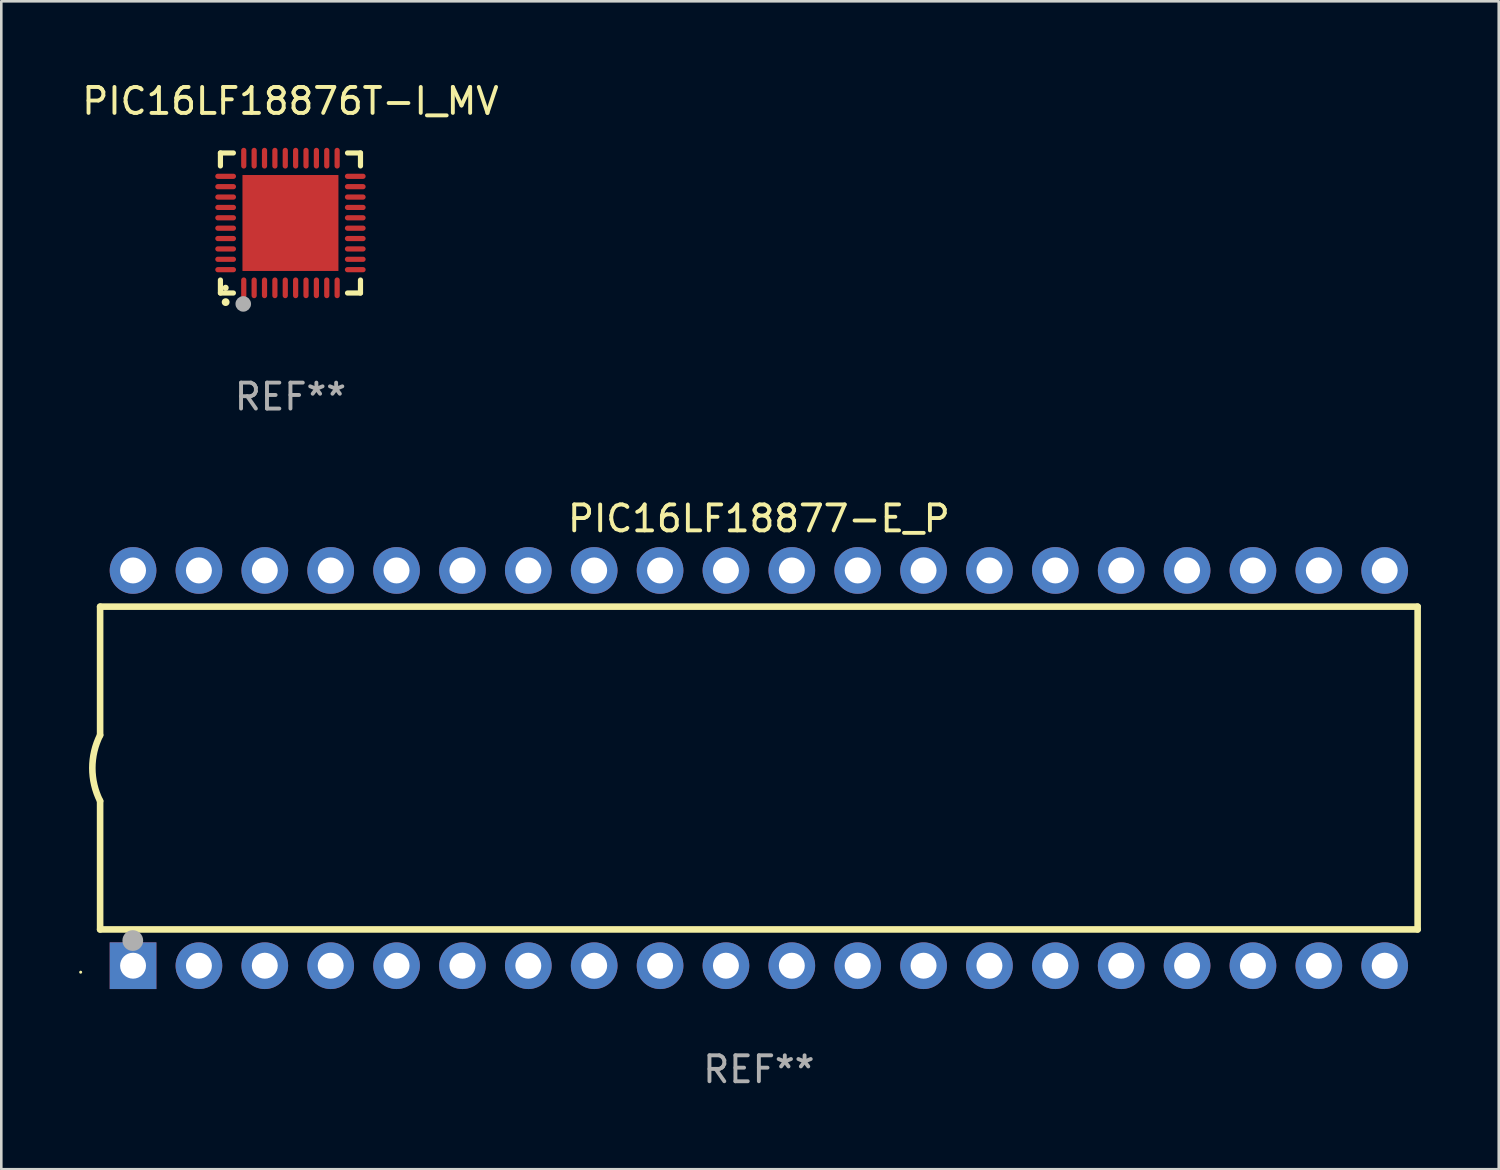
<source format=kicad_pcb>
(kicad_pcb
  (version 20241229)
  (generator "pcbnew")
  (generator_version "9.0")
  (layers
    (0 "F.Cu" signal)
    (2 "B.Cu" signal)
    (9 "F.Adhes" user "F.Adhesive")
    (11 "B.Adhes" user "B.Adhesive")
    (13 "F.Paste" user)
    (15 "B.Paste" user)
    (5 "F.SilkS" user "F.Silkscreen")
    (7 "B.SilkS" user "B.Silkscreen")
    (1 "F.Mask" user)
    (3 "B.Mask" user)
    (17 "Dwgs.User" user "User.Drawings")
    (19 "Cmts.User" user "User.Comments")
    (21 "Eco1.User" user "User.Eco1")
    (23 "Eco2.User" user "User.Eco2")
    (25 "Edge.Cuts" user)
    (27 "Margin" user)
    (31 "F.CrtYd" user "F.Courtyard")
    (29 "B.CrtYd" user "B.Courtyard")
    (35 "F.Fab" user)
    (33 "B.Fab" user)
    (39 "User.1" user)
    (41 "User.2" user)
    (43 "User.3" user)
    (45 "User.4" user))
  (footprint "PIC16LF18876T-I_MV"
    (layer "F.Cu")
    (at 8.149 5.548)
    (property "Reference" "PIC16LF18876T-I_MV" (at 0 -4.7 0) (layer "F.SilkS") (effects (font (size 1 1) (thickness 0.15))))
    (attr through_hole)
    (fp_line (start -2.7 -2.7) (end -2.7 -2.2) (stroke (width 0.2) (type solid)) (layer "F.SilkS"))
    (fp_line (start -2.7 2.7) (end -2.7 2.2) (stroke (width 0.2) (type solid)) (layer "F.SilkS"))
    (fp_line (start -2.2 -2.7) (end -2.7 -2.7) (stroke (width 0.2) (type solid)) (layer "F.SilkS"))
    (fp_line (start -2.2 2.7) (end -2.7 2.7) (stroke (width 0.2) (type solid)) (layer "F.SilkS"))
    (fp_line (start 2.7 -2.7) (end 2.2 -2.7) (stroke (width 0.2) (type solid)) (layer "F.SilkS"))
    (fp_line (start 2.7 -2.2) (end 2.7 -2.7) (stroke (width 0.2) (type solid)) (layer "F.SilkS"))
    (fp_line (start 2.7 2.2) (end 2.7 2.7) (stroke (width 0.2) (type solid)) (layer "F.SilkS"))
    (fp_line (start 2.7 2.7) (end 2.2 2.7) (stroke (width 0.2) (type solid)) (layer "F.SilkS"))
    (fp_arc (start -2.499365 3.050546) (mid -2.498095 3.050541) (end -2.496825 3.050546) (stroke (width 0.3) (type solid)) (layer "F.SilkS"))
    (fp_circle (center -2.5 2.5) (end -2.44 2.5) (stroke (width 0.12) (type solid)) (fill no) (layer "F.SilkS"))
    (fp_circle (center -1.82 3.12) (end -1.67 3.12) (stroke (width 0.3) (type solid)) (fill no) (layer "F.Fab"))
    (fp_text user "REF**" (at 0 6.7 0) (layer "F.Fab") (effects (font (size 1 1) (thickness 0.15))))
    (pad "1" smd oval (at -1.8 2.499) (size 0.2 0.8) (layers "F.Cu" "F.Mask" "F.Paste"))
    (pad "2" smd oval (at -1.4 2.499) (size 0.2 0.8) (layers "F.Cu" "F.Mask" "F.Paste"))
    (pad "3" smd oval (at -1 2.499) (size 0.2 0.8) (layers "F.Cu" "F.Mask" "F.Paste"))
    (pad "4" smd oval (at -0.6 2.499) (size 0.2 0.8) (layers "F.Cu" "F.Mask" "F.Paste"))
    (pad "5" smd oval (at -0.2 2.499) (size 0.2 0.8) (layers "F.Cu" "F.Mask" "F.Paste"))
    (pad "6" smd oval (at 0.2 2.499) (size 0.2 0.8) (layers "F.Cu" "F.Mask" "F.Paste"))
    (pad "7" smd oval (at 0.6 2.499) (size 0.2 0.8) (layers "F.Cu" "F.Mask" "F.Paste"))
    (pad "8" smd oval (at 1 2.499) (size 0.2 0.8) (layers "F.Cu" "F.Mask" "F.Paste"))
    (pad "9" smd oval (at 1.4 2.499) (size 0.2 0.8) (layers "F.Cu" "F.Mask" "F.Paste"))
    (pad "10" smd oval (at 1.8 2.499) (size 0.2 0.8) (layers "F.Cu" "F.Mask" "F.Paste"))
    (pad "11" smd oval (at 2.499 1.8) (size 0.8 0.2) (layers "F.Cu" "F.Mask" "F.Paste"))
    (pad "12" smd oval (at 2.499 1.4) (size 0.8 0.2) (layers "F.Cu" "F.Mask" "F.Paste"))
    (pad "13" smd oval (at 2.499 1) (size 0.8 0.2) (layers "F.Cu" "F.Mask" "F.Paste"))
    (pad "14" smd oval (at 2.499 0.6) (size 0.8 0.2) (layers "F.Cu" "F.Mask" "F.Paste"))
    (pad "15" smd oval (at 2.499 0.2) (size 0.8 0.2) (layers "F.Cu" "F.Mask" "F.Paste"))
    (pad "16" smd oval (at 2.499 -0.2) (size 0.8 0.2) (layers "F.Cu" "F.Mask" "F.Paste"))
    (pad "17" smd oval (at 2.499 -0.6) (size 0.8 0.2) (layers "F.Cu" "F.Mask" "F.Paste"))
    (pad "18" smd oval (at 2.499 -1) (size 0.8 0.2) (layers "F.Cu" "F.Mask" "F.Paste"))
    (pad "19" smd oval (at 2.499 -1.4) (size 0.8 0.2) (layers "F.Cu" "F.Mask" "F.Paste"))
    (pad "20" smd oval (at 2.499 -1.8) (size 0.8 0.2) (layers "F.Cu" "F.Mask" "F.Paste"))
    (pad "21" smd oval (at 1.8 -2.499) (size 0.2 0.8) (layers "F.Cu" "F.Mask" "F.Paste"))
    (pad "22" smd oval (at 1.4 -2.499) (size 0.2 0.8) (layers "F.Cu" "F.Mask" "F.Paste"))
    (pad "23" smd oval (at 1 -2.499) (size 0.2 0.8) (layers "F.Cu" "F.Mask" "F.Paste"))
    (pad "24" smd oval (at 0.6 -2.499) (size 0.2 0.8) (layers "F.Cu" "F.Mask" "F.Paste"))
    (pad "25" smd oval (at 0.2 -2.499) (size 0.2 0.8) (layers "F.Cu" "F.Mask" "F.Paste"))
    (pad "26" smd oval (at -0.2 -2.499) (size 0.2 0.8) (layers "F.Cu" "F.Mask" "F.Paste"))
    (pad "27" smd oval (at -0.6 -2.499) (size 0.2 0.8) (layers "F.Cu" "F.Mask" "F.Paste"))
    (pad "28" smd oval (at -1 -2.499) (size 0.2 0.8) (layers "F.Cu" "F.Mask" "F.Paste"))
    (pad "29" smd oval (at -1.4 -2.499) (size 0.2 0.8) (layers "F.Cu" "F.Mask" "F.Paste"))
    (pad "30" smd oval (at -1.8 -2.499) (size 0.2 0.8) (layers "F.Cu" "F.Mask" "F.Paste"))
    (pad "31" smd oval (at -2.499 -1.8) (size 0.8 0.2) (layers "F.Cu" "F.Mask" "F.Paste"))
    (pad "32" smd oval (at -2.499 -1.4) (size 0.8 0.2) (layers "F.Cu" "F.Mask" "F.Paste"))
    (pad "33" smd oval (at -2.499 -1) (size 0.8 0.2) (layers "F.Cu" "F.Mask" "F.Paste"))
    (pad "34" smd oval (at -2.499 -0.6) (size 0.8 0.2) (layers "F.Cu" "F.Mask" "F.Paste"))
    (pad "35" smd oval (at -2.499 -0.2) (size 0.8 0.2) (layers "F.Cu" "F.Mask" "F.Paste"))
    (pad "36" smd oval (at -2.499 0.2) (size 0.8 0.2) (layers "F.Cu" "F.Mask" "F.Paste"))
    (pad "37" smd oval (at -2.499 0.6) (size 0.8 0.2) (layers "F.Cu" "F.Mask" "F.Paste"))
    (pad "38" smd oval (at -2.499 1) (size 0.8 0.2) (layers "F.Cu" "F.Mask" "F.Paste"))
    (pad "39" smd oval (at -2.499 1.4) (size 0.8 0.2) (layers "F.Cu" "F.Mask" "F.Paste"))
    (pad "40" smd oval (at -2.499 1.8) (size 0.8 0.2) (layers "F.Cu" "F.Mask" "F.Paste"))
    (pad "41" smd rect (at 0 0) (size 3.7 3.7) (layers "F.Cu" "F.Mask" "F.Paste")))
  (footprint "PIC16LF18877-E_P"
    (layer "F.Cu")
    (at 26.21 26.565)
    (property "Reference" "PIC16LF18877-E_P" (at 0 -9.62 0) (layer "F.SilkS") (effects (font (size 1 1) (thickness 0.15))))
    (attr through_hole)
    (fp_line (start -25.4 -6.224) (end -25.4 -1.271) (stroke (width 0.254) (type solid)) (layer "F.SilkS"))
    (fp_line (start -25.4 -6.224) (end 25.4 -6.224) (stroke (width 0.254) (type solid)) (layer "F.SilkS"))
    (fp_line (start -25.4 1.269) (end -25.4 6.222) (stroke (width 0.254) (type solid)) (layer "F.SilkS"))
    (fp_line (start -25.4 6.222) (end 25.4 6.222) (stroke (width 0.254) (type solid)) (layer "F.SilkS"))
    (fp_line (start 25.4 6.222) (end 25.4 -6.224) (stroke (width 0.254) (type solid)) (layer "F.SilkS"))
    (fp_arc (start -25.4 1.269241) (mid -25.699807 -0.000762) (end -25.4 -1.270765) (stroke (width 0.254001) (type solid)) (layer "F.SilkS"))
    (fp_circle (center -26.15 7.87) (end -26.12 7.87) (stroke (width 0.06) (type solid)) (fill no) (layer "F.SilkS"))
    (fp_circle (center -24.14 6.65) (end -23.94 6.65) (stroke (width 0.4) (type solid)) (fill no) (layer "F.Fab"))
    (fp_text user "REF**" (at 0 11.62 0) (layer "F.Fab") (effects (font (size 1 1) (thickness 0.15))))
    (pad "1" thru_hole rect (at -24.13 7.62 90) (size 1.8 1.8) (drill 1) (layers "*.Cu" "*.Mask"))
    (pad "2" thru_hole circle (at -21.59 7.62) (size 1.8 1.8) (drill 1) (layers "*.Cu" "*.Mask"))
    (pad "3" thru_hole circle (at -19.05 7.62) (size 1.8 1.8) (drill 1) (layers "*.Cu" "*.Mask"))
    (pad "4" thru_hole circle (at -16.51 7.62) (size 1.8 1.8) (drill 1) (layers "*.Cu" "*.Mask"))
    (pad "5" thru_hole circle (at -13.97 7.62) (size 1.8 1.8) (drill 1) (layers "*.Cu" "*.Mask"))
    (pad "6" thru_hole circle (at -11.43 7.62) (size 1.8 1.8) (drill 1) (layers "*.Cu" "*.Mask"))
    (pad "7" thru_hole circle (at -8.89 7.62) (size 1.8 1.8) (drill 1) (layers "*.Cu" "*.Mask"))
    (pad "8" thru_hole circle (at -6.35 7.62) (size 1.8 1.8) (drill 1) (layers "*.Cu" "*.Mask"))
    (pad "9" thru_hole circle (at -3.81 7.62) (size 1.8 1.8) (drill 1) (layers "*.Cu" "*.Mask"))
    (pad "10" thru_hole circle (at -1.27 7.62) (size 1.8 1.8) (drill 1) (layers "*.Cu" "*.Mask"))
    (pad "11" thru_hole circle (at 1.27 7.62) (size 1.8 1.8) (drill 1) (layers "*.Cu" "*.Mask"))
    (pad "12" thru_hole circle (at 3.81 7.62) (size 1.8 1.8) (drill 1) (layers "*.Cu" "*.Mask"))
    (pad "13" thru_hole circle (at 6.35 7.62) (size 1.8 1.8) (drill 1) (layers "*.Cu" "*.Mask"))
    (pad "14" thru_hole circle (at 8.89 7.62) (size 1.8 1.8) (drill 1) (layers "*.Cu" "*.Mask"))
    (pad "15" thru_hole circle (at 11.43 7.62) (size 1.8 1.8) (drill 1) (layers "*.Cu" "*.Mask"))
    (pad "16" thru_hole circle (at 13.97 7.62) (size 1.8 1.8) (drill 1) (layers "*.Cu" "*.Mask"))
    (pad "17" thru_hole circle (at 16.51 7.62) (size 1.8 1.8) (drill 1) (layers "*.Cu" "*.Mask"))
    (pad "18" thru_hole circle (at 19.05 7.62) (size 1.8 1.8) (drill 1) (layers "*.Cu" "*.Mask"))
    (pad "19" thru_hole circle (at 21.59 7.62) (size 1.8 1.8) (drill 1) (layers "*.Cu" "*.Mask"))
    (pad "20" thru_hole circle (at 24.13 7.62) (size 1.8 1.8) (drill 1) (layers "*.Cu" "*.Mask"))
    (pad "21" thru_hole circle (at 24.13 -7.62) (size 1.8 1.8) (drill 1) (layers "*.Cu" "*.Mask"))
    (pad "22" thru_hole circle (at 21.59 -7.62) (size 1.8 1.8) (drill 1) (layers "*.Cu" "*.Mask"))
    (pad "23" thru_hole circle (at 19.05 -7.62) (size 1.8 1.8) (drill 1) (layers "*.Cu" "*.Mask"))
    (pad "24" thru_hole circle (at 16.51 -7.62) (size 1.8 1.8) (drill 1) (layers "*.Cu" "*.Mask"))
    (pad "25" thru_hole circle (at 13.97 -7.62) (size 1.8 1.8) (drill 1) (layers "*.Cu" "*.Mask"))
    (pad "26" thru_hole circle (at 11.43 -7.62) (size 1.8 1.8) (drill 1) (layers "*.Cu" "*.Mask"))
    (pad "27" thru_hole circle (at 8.89 -7.62) (size 1.8 1.8) (drill 1) (layers "*.Cu" "*.Mask"))
    (pad "28" thru_hole circle (at 6.35 -7.62) (size 1.8 1.8) (drill 1) (layers "*.Cu" "*.Mask"))
    (pad "29" thru_hole circle (at 3.81 -7.62) (size 1.8 1.8) (drill 1) (layers "*.Cu" "*.Mask"))
    (pad "30" thru_hole circle (at 1.27 -7.62) (size 1.8 1.8) (drill 1) (layers "*.Cu" "*.Mask"))
    (pad "31" thru_hole circle (at -1.27 -7.62) (size 1.8 1.8) (drill 1) (layers "*.Cu" "*.Mask"))
    (pad "32" thru_hole circle (at -3.81 -7.62) (size 1.8 1.8) (drill 1) (layers "*.Cu" "*.Mask"))
    (pad "33" thru_hole circle (at -6.35 -7.62) (size 1.8 1.8) (drill 1) (layers "*.Cu" "*.Mask"))
    (pad "34" thru_hole circle (at -8.89 -7.62) (size 1.8 1.8) (drill 1) (layers "*.Cu" "*.Mask"))
    (pad "35" thru_hole circle (at -11.43 -7.62) (size 1.8 1.8) (drill 1) (layers "*.Cu" "*.Mask"))
    (pad "36" thru_hole circle (at -13.97 -7.62) (size 1.8 1.8) (drill 1) (layers "*.Cu" "*.Mask"))
    (pad "37" thru_hole circle (at -16.51 -7.62) (size 1.8 1.8) (drill 1) (layers "*.Cu" "*.Mask"))
    (pad "38" thru_hole circle (at -19.05 -7.62) (size 1.8 1.8) (drill 1) (layers "*.Cu" "*.Mask"))
    (pad "39" thru_hole circle (at -21.59 -7.62) (size 1.8 1.8) (drill 1) (layers "*.Cu" "*.Mask"))
    (pad "40" thru_hole circle (at -24.13 -7.62) (size 1.8 1.8) (drill 1) (layers "*.Cu" "*.Mask")))
  (gr_rect
    (start -3 -3)
    (end 54.737 42.033)
    (stroke (width 0.1) (type default))
    (fill no)
    (layer "Edge.Cuts")))
</source>
